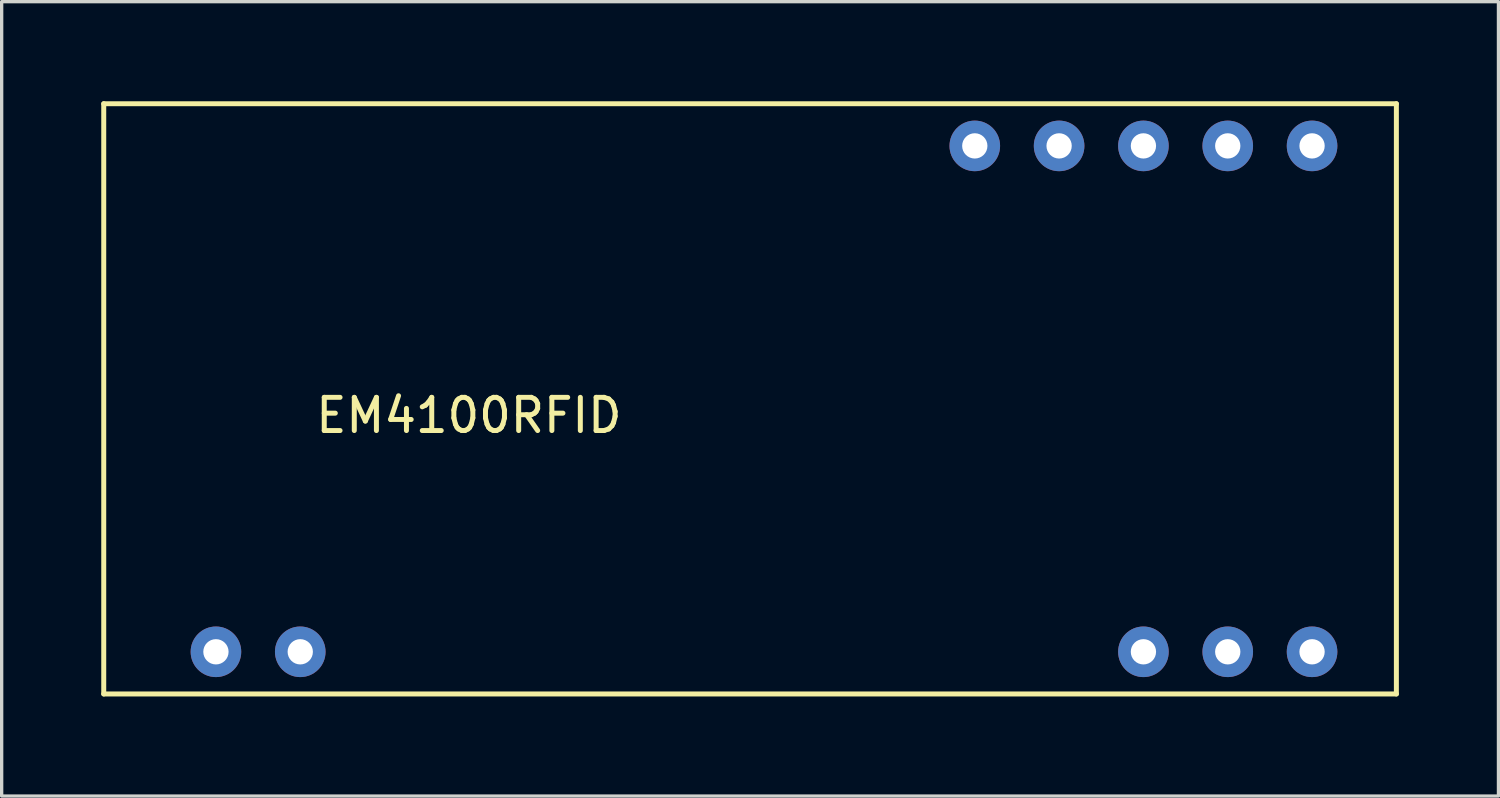
<source format=kicad_pcb>
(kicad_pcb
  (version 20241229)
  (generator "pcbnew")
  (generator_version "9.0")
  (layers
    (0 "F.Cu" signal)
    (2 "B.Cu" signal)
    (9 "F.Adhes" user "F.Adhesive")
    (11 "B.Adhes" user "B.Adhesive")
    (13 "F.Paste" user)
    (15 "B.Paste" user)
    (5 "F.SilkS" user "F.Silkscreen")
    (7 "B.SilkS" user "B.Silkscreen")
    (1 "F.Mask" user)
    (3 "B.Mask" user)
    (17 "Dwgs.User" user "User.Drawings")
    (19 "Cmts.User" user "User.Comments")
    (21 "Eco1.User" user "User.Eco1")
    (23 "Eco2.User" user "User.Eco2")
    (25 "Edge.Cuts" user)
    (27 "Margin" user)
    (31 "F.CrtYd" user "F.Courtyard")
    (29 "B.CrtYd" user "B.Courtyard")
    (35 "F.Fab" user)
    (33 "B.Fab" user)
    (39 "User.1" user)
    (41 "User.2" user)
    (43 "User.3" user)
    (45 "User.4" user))
  (footprint "EM4100RFID"
    (layer "F.Cu")
    (at 11.075 8.965)
    (property "Reference" "EM4100RFID" (at 0 0.5 0) (layer "F.SilkS") (effects (font (size 1 1) (thickness 0.15))))
    (attr through_hole)
    (fp_line (start -11 -8.89) (end -11 8.89) (stroke (width 0.15) (type solid)) (layer "F.SilkS"))
    (fp_line (start -11 -8.89) (end 27.94 -8.89) (stroke (width 0.15) (type solid)) (layer "F.SilkS"))
    (fp_line (start -11 8.89) (end 27.94 8.89) (stroke (width 0.15) (type solid)) (layer "F.SilkS"))
    (fp_line (start 27.94 -8.89) (end 27.94 8.89) (stroke (width 0.15) (type solid)) (layer "F.SilkS"))
    (pad "1" thru_hole circle (at -5.08 7.62) (size 1.524 1.524) (drill 0.762) (layers "*.Cu" "*.Mask"))
    (pad "2" thru_hole circle (at -7.62 7.62) (size 1.524 1.524) (drill 0.762) (layers "*.Cu" "*.Mask"))
    (pad "3" thru_hole circle (at 25.4 -7.62) (size 1.524 1.524) (drill 0.762) (layers "*.Cu" "*.Mask"))
    (pad "4" thru_hole circle (at 22.86 -7.62) (size 1.524 1.524) (drill 0.762) (layers "*.Cu" "*.Mask"))
    (pad "5" thru_hole circle (at 17.78 -7.62 90) (size 1.524 1.524) (drill 0.762) (layers "*.Cu" "*.Mask"))
    (pad "5" thru_hole circle (at 20.32 7.62) (size 1.524 1.524) (drill 0.762) (layers "*.Cu" "*.Mask"))
    (pad "6" thru_hole circle (at 15.24 -7.62) (size 1.524 1.524) (drill 0.762) (layers "*.Cu" "*.Mask"))
    (pad "6" thru_hole circle (at 22.86 7.62) (size 1.524 1.524) (drill 0.762) (layers "*.Cu" "*.Mask"))
    (pad "7" thru_hole circle (at 25.4 7.62) (size 1.524 1.524) (drill 0.762) (layers "*.Cu" "*.Mask"))
    (pad "8" thru_hole circle (at 20.32 -7.62) (size 1.524 1.524) (drill 0.762) (layers "*.Cu" "*.Mask")))
  (gr_rect
    (start -3 -3)
    (end 42.09 20.93)
    (stroke (width 0.1) (type default))
    (fill no)
    (layer "Edge.Cuts")))
</source>
